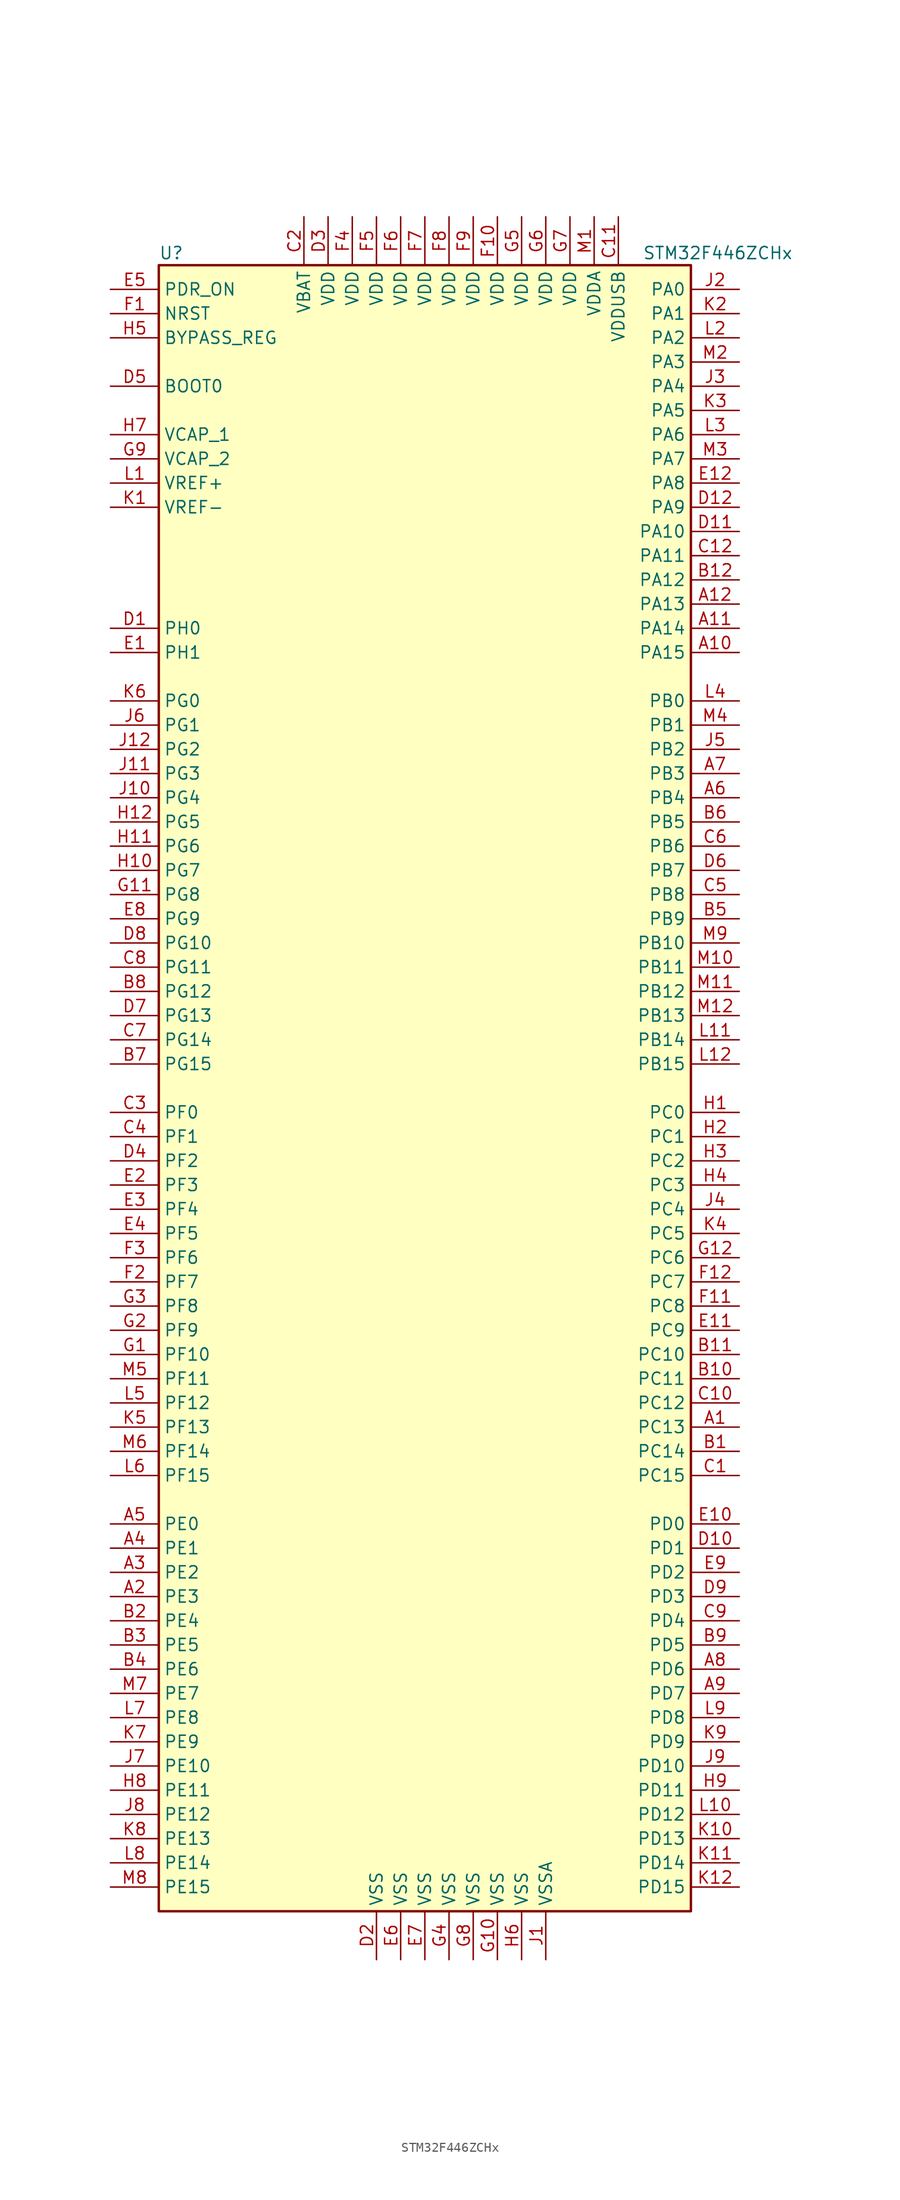
<source format=kicad_sym>
(kicad_symbol_lib
  (version 20220914)
  (generator kicad_symbol_editor)
  (symbol "STM32F446ZCHx"
    (property "Reference" "U"
      (at -27.94 87.63 0)
      (effects (font (size 1.27 1.27)) (justify left)))
    (property "Value" "STM32F446ZCHx"
      (at 22.86 87.63 0)
      (effects (font (size 1.27 1.27)) (justify left)))
    (symbol "STM32F446ZCHx_0_1"
      (rectangle (start -27.94 -86.36) (end 27.94 86.36) (stroke (width 0.254) (type default)) (fill (type background))))
    (symbol "STM32F446ZCHx_1_1"
      (pin bidirectional line (at 33.02 -35.56 180) (length 5.08) (name "PC13" (effects (font (size 1.27 1.27)))) (number "A1" (effects (font (size 1.27 1.27)))))
      (pin bidirectional line (at 33.02 45.72 180) (length 5.08) (name "PA15" (effects (font (size 1.27 1.27)))) (number "A10" (effects (font (size 1.27 1.27)))))
      (pin bidirectional line (at 33.02 48.26 180) (length 5.08) (name "PA14" (effects (font (size 1.27 1.27)))) (number "A11" (effects (font (size 1.27 1.27)))))
      (pin bidirectional line (at 33.02 50.8 180) (length 5.08) (name "PA13" (effects (font (size 1.27 1.27)))) (number "A12" (effects (font (size 1.27 1.27)))))
      (pin bidirectional line (at -33.02 -53.34 0) (length 5.08) (name "PE3" (effects (font (size 1.27 1.27)))) (number "A2" (effects (font (size 1.27 1.27)))))
      (pin bidirectional line (at -33.02 -50.8 0) (length 5.08) (name "PE2" (effects (font (size 1.27 1.27)))) (number "A3" (effects (font (size 1.27 1.27)))))
      (pin bidirectional line (at -33.02 -48.26 0) (length 5.08) (name "PE1" (effects (font (size 1.27 1.27)))) (number "A4" (effects (font (size 1.27 1.27)))))
      (pin bidirectional line (at -33.02 -45.72 0) (length 5.08) (name "PE0" (effects (font (size 1.27 1.27)))) (number "A5" (effects (font (size 1.27 1.27)))))
      (pin bidirectional line (at 33.02 30.48 180) (length 5.08) (name "PB4" (effects (font (size 1.27 1.27)))) (number "A6" (effects (font (size 1.27 1.27)))))
      (pin bidirectional line (at 33.02 33.02 180) (length 5.08) (name "PB3" (effects (font (size 1.27 1.27)))) (number "A7" (effects (font (size 1.27 1.27)))))
      (pin bidirectional line (at 33.02 -60.96 180) (length 5.08) (name "PD6" (effects (font (size 1.27 1.27)))) (number "A8" (effects (font (size 1.27 1.27)))))
      (pin bidirectional line (at 33.02 -63.5 180) (length 5.08) (name "PD7" (effects (font (size 1.27 1.27)))) (number "A9" (effects (font (size 1.27 1.27)))))
      (pin bidirectional line (at 33.02 -38.1 180) (length 5.08) (name "PC14" (effects (font (size 1.27 1.27)))) (number "B1" (effects (font (size 1.27 1.27)))))
      (pin bidirectional line (at 33.02 -30.48 180) (length 5.08) (name "PC11" (effects (font (size 1.27 1.27)))) (number "B10" (effects (font (size 1.27 1.27)))))
      (pin bidirectional line (at 33.02 -27.94 180) (length 5.08) (name "PC10" (effects (font (size 1.27 1.27)))) (number "B11" (effects (font (size 1.27 1.27)))))
      (pin bidirectional line (at 33.02 53.34 180) (length 5.08) (name "PA12" (effects (font (size 1.27 1.27)))) (number "B12" (effects (font (size 1.27 1.27)))))
      (pin bidirectional line (at -33.02 -55.88 0) (length 5.08) (name "PE4" (effects (font (size 1.27 1.27)))) (number "B2" (effects (font (size 1.27 1.27)))))
      (pin bidirectional line (at -33.02 -58.42 0) (length 5.08) (name "PE5" (effects (font (size 1.27 1.27)))) (number "B3" (effects (font (size 1.27 1.27)))))
      (pin bidirectional line (at -33.02 -60.96 0) (length 5.08) (name "PE6" (effects (font (size 1.27 1.27)))) (number "B4" (effects (font (size 1.27 1.27)))))
      (pin bidirectional line (at 33.02 17.78 180) (length 5.08) (name "PB9" (effects (font (size 1.27 1.27)))) (number "B5" (effects (font (size 1.27 1.27)))))
      (pin bidirectional line (at 33.02 27.94 180) (length 5.08) (name "PB5" (effects (font (size 1.27 1.27)))) (number "B6" (effects (font (size 1.27 1.27)))))
      (pin bidirectional line (at -33.02 2.54 0) (length 5.08) (name "PG15" (effects (font (size 1.27 1.27)))) (number "B7" (effects (font (size 1.27 1.27)))))
      (pin bidirectional line (at -33.02 10.16 0) (length 5.08) (name "PG12" (effects (font (size 1.27 1.27)))) (number "B8" (effects (font (size 1.27 1.27)))))
      (pin bidirectional line (at 33.02 -58.42 180) (length 5.08) (name "PD5" (effects (font (size 1.27 1.27)))) (number "B9" (effects (font (size 1.27 1.27)))))
      (pin bidirectional line (at 33.02 -40.64 180) (length 5.08) (name "PC15" (effects (font (size 1.27 1.27)))) (number "C1" (effects (font (size 1.27 1.27)))))
      (pin bidirectional line (at 33.02 -33.02 180) (length 5.08) (name "PC12" (effects (font (size 1.27 1.27)))) (number "C10" (effects (font (size 1.27 1.27)))))
      (pin power_in line (at 20.32 91.44 270) (length 5.08) (name "VDDUSB" (effects (font (size 1.27 1.27)))) (number "C11" (effects (font (size 1.27 1.27)))))
      (pin bidirectional line (at 33.02 55.88 180) (length 5.08) (name "PA11" (effects (font (size 1.27 1.27)))) (number "C12" (effects (font (size 1.27 1.27)))))
      (pin power_in line (at -12.7 91.44 270) (length 5.08) (name "VBAT" (effects (font (size 1.27 1.27)))) (number "C2" (effects (font (size 1.27 1.27)))))
      (pin bidirectional line (at -33.02 -2.54 0) (length 5.08) (name "PF0" (effects (font (size 1.27 1.27)))) (number "C3" (effects (font (size 1.27 1.27)))))
      (pin bidirectional line (at -33.02 -5.08 0) (length 5.08) (name "PF1" (effects (font (size 1.27 1.27)))) (number "C4" (effects (font (size 1.27 1.27)))))
      (pin bidirectional line (at 33.02 20.32 180) (length 5.08) (name "PB8" (effects (font (size 1.27 1.27)))) (number "C5" (effects (font (size 1.27 1.27)))))
      (pin bidirectional line (at 33.02 25.4 180) (length 5.08) (name "PB6" (effects (font (size 1.27 1.27)))) (number "C6" (effects (font (size 1.27 1.27)))))
      (pin bidirectional line (at -33.02 5.08 0) (length 5.08) (name "PG14" (effects (font (size 1.27 1.27)))) (number "C7" (effects (font (size 1.27 1.27)))))
      (pin bidirectional line (at -33.02 12.7 0) (length 5.08) (name "PG11" (effects (font (size 1.27 1.27)))) (number "C8" (effects (font (size 1.27 1.27)))))
      (pin bidirectional line (at 33.02 -55.88 180) (length 5.08) (name "PD4" (effects (font (size 1.27 1.27)))) (number "C9" (effects (font (size 1.27 1.27)))))
      (pin input line (at -33.02 48.26 0) (length 5.08) (name "PH0" (effects (font (size 1.27 1.27)))) (number "D1" (effects (font (size 1.27 1.27)))))
      (pin bidirectional line (at 33.02 -48.26 180) (length 5.08) (name "PD1" (effects (font (size 1.27 1.27)))) (number "D10" (effects (font (size 1.27 1.27)))))
      (pin bidirectional line (at 33.02 58.42 180) (length 5.08) (name "PA10" (effects (font (size 1.27 1.27)))) (number "D11" (effects (font (size 1.27 1.27)))))
      (pin bidirectional line (at 33.02 60.96 180) (length 5.08) (name "PA9" (effects (font (size 1.27 1.27)))) (number "D12" (effects (font (size 1.27 1.27)))))
      (pin power_in line (at -5.08 -91.44 90) (length 5.08) (name "VSS" (effects (font (size 1.27 1.27)))) (number "D2" (effects (font (size 1.27 1.27)))))
      (pin power_in line (at -10.16 91.44 270) (length 5.08) (name "VDD" (effects (font (size 1.27 1.27)))) (number "D3" (effects (font (size 1.27 1.27)))))
      (pin bidirectional line (at -33.02 -7.62 0) (length 5.08) (name "PF2" (effects (font (size 1.27 1.27)))) (number "D4" (effects (font (size 1.27 1.27)))))
      (pin input line (at -33.02 73.66 0) (length 5.08) (name "BOOT0" (effects (font (size 1.27 1.27)))) (number "D5" (effects (font (size 1.27 1.27)))))
      (pin bidirectional line (at 33.02 22.86 180) (length 5.08) (name "PB7" (effects (font (size 1.27 1.27)))) (number "D6" (effects (font (size 1.27 1.27)))))
      (pin bidirectional line (at -33.02 7.62 0) (length 5.08) (name "PG13" (effects (font (size 1.27 1.27)))) (number "D7" (effects (font (size 1.27 1.27)))))
      (pin bidirectional line (at -33.02 15.24 0) (length 5.08) (name "PG10" (effects (font (size 1.27 1.27)))) (number "D8" (effects (font (size 1.27 1.27)))))
      (pin bidirectional line (at 33.02 -53.34 180) (length 5.08) (name "PD3" (effects (font (size 1.27 1.27)))) (number "D9" (effects (font (size 1.27 1.27)))))
      (pin input line (at -33.02 45.72 0) (length 5.08) (name "PH1" (effects (font (size 1.27 1.27)))) (number "E1" (effects (font (size 1.27 1.27)))))
      (pin bidirectional line (at 33.02 -45.72 180) (length 5.08) (name "PD0" (effects (font (size 1.27 1.27)))) (number "E10" (effects (font (size 1.27 1.27)))))
      (pin bidirectional line (at 33.02 -25.4 180) (length 5.08) (name "PC9" (effects (font (size 1.27 1.27)))) (number "E11" (effects (font (size 1.27 1.27)))))
      (pin bidirectional line (at 33.02 63.5 180) (length 5.08) (name "PA8" (effects (font (size 1.27 1.27)))) (number "E12" (effects (font (size 1.27 1.27)))))
      (pin bidirectional line (at -33.02 -10.16 0) (length 5.08) (name "PF3" (effects (font (size 1.27 1.27)))) (number "E2" (effects (font (size 1.27 1.27)))))
      (pin bidirectional line (at -33.02 -12.7 0) (length 5.08) (name "PF4" (effects (font (size 1.27 1.27)))) (number "E3" (effects (font (size 1.27 1.27)))))
      (pin bidirectional line (at -33.02 -15.24 0) (length 5.08) (name "PF5" (effects (font (size 1.27 1.27)))) (number "E4" (effects (font (size 1.27 1.27)))))
      (pin input line (at -33.02 83.82 0) (length 5.08) (name "PDR_ON" (effects (font (size 1.27 1.27)))) (number "E5" (effects (font (size 1.27 1.27)))))
      (pin power_in line (at -2.54 -91.44 90) (length 5.08) (name "VSS" (effects (font (size 1.27 1.27)))) (number "E6" (effects (font (size 1.27 1.27)))))
      (pin power_in line (at 0 -91.44 90) (length 5.08) (name "VSS" (effects (font (size 1.27 1.27)))) (number "E7" (effects (font (size 1.27 1.27)))))
      (pin bidirectional line (at -33.02 17.78 0) (length 5.08) (name "PG9" (effects (font (size 1.27 1.27)))) (number "E8" (effects (font (size 1.27 1.27)))))
      (pin bidirectional line (at 33.02 -50.8 180) (length 5.08) (name "PD2" (effects (font (size 1.27 1.27)))) (number "E9" (effects (font (size 1.27 1.27)))))
      (pin input line (at -33.02 81.28 0) (length 5.08) (name "NRST" (effects (font (size 1.27 1.27)))) (number "F1" (effects (font (size 1.27 1.27)))))
      (pin power_in line (at 7.62 91.44 270) (length 5.08) (name "VDD" (effects (font (size 1.27 1.27)))) (number "F10" (effects (font (size 1.27 1.27)))))
      (pin bidirectional line (at 33.02 -22.86 180) (length 5.08) (name "PC8" (effects (font (size 1.27 1.27)))) (number "F11" (effects (font (size 1.27 1.27)))))
      (pin bidirectional line (at 33.02 -20.32 180) (length 5.08) (name "PC7" (effects (font (size 1.27 1.27)))) (number "F12" (effects (font (size 1.27 1.27)))))
      (pin bidirectional line (at -33.02 -20.32 0) (length 5.08) (name "PF7" (effects (font (size 1.27 1.27)))) (number "F2" (effects (font (size 1.27 1.27)))))
      (pin bidirectional line (at -33.02 -17.78 0) (length 5.08) (name "PF6" (effects (font (size 1.27 1.27)))) (number "F3" (effects (font (size 1.27 1.27)))))
      (pin power_in line (at -7.62 91.44 270) (length 5.08) (name "VDD" (effects (font (size 1.27 1.27)))) (number "F4" (effects (font (size 1.27 1.27)))))
      (pin power_in line (at -5.08 91.44 270) (length 5.08) (name "VDD" (effects (font (size 1.27 1.27)))) (number "F5" (effects (font (size 1.27 1.27)))))
      (pin power_in line (at -2.54 91.44 270) (length 5.08) (name "VDD" (effects (font (size 1.27 1.27)))) (number "F6" (effects (font (size 1.27 1.27)))))
      (pin power_in line (at 0 91.44 270) (length 5.08) (name "VDD" (effects (font (size 1.27 1.27)))) (number "F7" (effects (font (size 1.27 1.27)))))
      (pin power_in line (at 2.54 91.44 270) (length 5.08) (name "VDD" (effects (font (size 1.27 1.27)))) (number "F8" (effects (font (size 1.27 1.27)))))
      (pin power_in line (at 5.08 91.44 270) (length 5.08) (name "VDD" (effects (font (size 1.27 1.27)))) (number "F9" (effects (font (size 1.27 1.27)))))
      (pin bidirectional line (at -33.02 -27.94 0) (length 5.08) (name "PF10" (effects (font (size 1.27 1.27)))) (number "G1" (effects (font (size 1.27 1.27)))))
      (pin power_in line (at 7.62 -91.44 90) (length 5.08) (name "VSS" (effects (font (size 1.27 1.27)))) (number "G10" (effects (font (size 1.27 1.27)))))
      (pin bidirectional line (at -33.02 20.32 0) (length 5.08) (name "PG8" (effects (font (size 1.27 1.27)))) (number "G11" (effects (font (size 1.27 1.27)))))
      (pin bidirectional line (at 33.02 -17.78 180) (length 5.08) (name "PC6" (effects (font (size 1.27 1.27)))) (number "G12" (effects (font (size 1.27 1.27)))))
      (pin bidirectional line (at -33.02 -25.4 0) (length 5.08) (name "PF9" (effects (font (size 1.27 1.27)))) (number "G2" (effects (font (size 1.27 1.27)))))
      (pin bidirectional line (at -33.02 -22.86 0) (length 5.08) (name "PF8" (effects (font (size 1.27 1.27)))) (number "G3" (effects (font (size 1.27 1.27)))))
      (pin power_in line (at 2.54 -91.44 90) (length 5.08) (name "VSS" (effects (font (size 1.27 1.27)))) (number "G4" (effects (font (size 1.27 1.27)))))
      (pin power_in line (at 10.16 91.44 270) (length 5.08) (name "VDD" (effects (font (size 1.27 1.27)))) (number "G5" (effects (font (size 1.27 1.27)))))
      (pin power_in line (at 12.7 91.44 270) (length 5.08) (name "VDD" (effects (font (size 1.27 1.27)))) (number "G6" (effects (font (size 1.27 1.27)))))
      (pin power_in line (at 15.24 91.44 270) (length 5.08) (name "VDD" (effects (font (size 1.27 1.27)))) (number "G7" (effects (font (size 1.27 1.27)))))
      (pin power_in line (at 5.08 -91.44 90) (length 5.08) (name "VSS" (effects (font (size 1.27 1.27)))) (number "G8" (effects (font (size 1.27 1.27)))))
      (pin power_in line (at -33.02 66.04 0) (length 5.08) (name "VCAP_2" (effects (font (size 1.27 1.27)))) (number "G9" (effects (font (size 1.27 1.27)))))
      (pin bidirectional line (at 33.02 -2.54 180) (length 5.08) (name "PC0" (effects (font (size 1.27 1.27)))) (number "H1" (effects (font (size 1.27 1.27)))))
      (pin bidirectional line (at -33.02 22.86 0) (length 5.08) (name "PG7" (effects (font (size 1.27 1.27)))) (number "H10" (effects (font (size 1.27 1.27)))))
      (pin bidirectional line (at -33.02 25.4 0) (length 5.08) (name "PG6" (effects (font (size 1.27 1.27)))) (number "H11" (effects (font (size 1.27 1.27)))))
      (pin bidirectional line (at -33.02 27.94 0) (length 5.08) (name "PG5" (effects (font (size 1.27 1.27)))) (number "H12" (effects (font (size 1.27 1.27)))))
      (pin bidirectional line (at 33.02 -5.08 180) (length 5.08) (name "PC1" (effects (font (size 1.27 1.27)))) (number "H2" (effects (font (size 1.27 1.27)))))
      (pin bidirectional line (at 33.02 -7.62 180) (length 5.08) (name "PC2" (effects (font (size 1.27 1.27)))) (number "H3" (effects (font (size 1.27 1.27)))))
      (pin bidirectional line (at 33.02 -10.16 180) (length 5.08) (name "PC3" (effects (font (size 1.27 1.27)))) (number "H4" (effects (font (size 1.27 1.27)))))
      (pin input line (at -33.02 78.74 0) (length 5.08) (name "BYPASS_REG" (effects (font (size 1.27 1.27)))) (number "H5" (effects (font (size 1.27 1.27)))))
      (pin power_in line (at 10.16 -91.44 90) (length 5.08) (name "VSS" (effects (font (size 1.27 1.27)))) (number "H6" (effects (font (size 1.27 1.27)))))
      (pin power_in line (at -33.02 68.58 0) (length 5.08) (name "VCAP_1" (effects (font (size 1.27 1.27)))) (number "H7" (effects (font (size 1.27 1.27)))))
      (pin bidirectional line (at -33.02 -73.66 0) (length 5.08) (name "PE11" (effects (font (size 1.27 1.27)))) (number "H8" (effects (font (size 1.27 1.27)))))
      (pin bidirectional line (at 33.02 -73.66 180) (length 5.08) (name "PD11" (effects (font (size 1.27 1.27)))) (number "H9" (effects (font (size 1.27 1.27)))))
      (pin power_in line (at 12.7 -91.44 90) (length 5.08) (name "VSSA" (effects (font (size 1.27 1.27)))) (number "J1" (effects (font (size 1.27 1.27)))))
      (pin bidirectional line (at -33.02 30.48 0) (length 5.08) (name "PG4" (effects (font (size 1.27 1.27)))) (number "J10" (effects (font (size 1.27 1.27)))))
      (pin bidirectional line (at -33.02 33.02 0) (length 5.08) (name "PG3" (effects (font (size 1.27 1.27)))) (number "J11" (effects (font (size 1.27 1.27)))))
      (pin bidirectional line (at -33.02 35.56 0) (length 5.08) (name "PG2" (effects (font (size 1.27 1.27)))) (number "J12" (effects (font (size 1.27 1.27)))))
      (pin bidirectional line (at 33.02 83.82 180) (length 5.08) (name "PA0" (effects (font (size 1.27 1.27)))) (number "J2" (effects (font (size 1.27 1.27)))))
      (pin bidirectional line (at 33.02 73.66 180) (length 5.08) (name "PA4" (effects (font (size 1.27 1.27)))) (number "J3" (effects (font (size 1.27 1.27)))))
      (pin bidirectional line (at 33.02 -12.7 180) (length 5.08) (name "PC4" (effects (font (size 1.27 1.27)))) (number "J4" (effects (font (size 1.27 1.27)))))
      (pin bidirectional line (at 33.02 35.56 180) (length 5.08) (name "PB2" (effects (font (size 1.27 1.27)))) (number "J5" (effects (font (size 1.27 1.27)))))
      (pin bidirectional line (at -33.02 38.1 0) (length 5.08) (name "PG1" (effects (font (size 1.27 1.27)))) (number "J6" (effects (font (size 1.27 1.27)))))
      (pin bidirectional line (at -33.02 -71.12 0) (length 5.08) (name "PE10" (effects (font (size 1.27 1.27)))) (number "J7" (effects (font (size 1.27 1.27)))))
      (pin bidirectional line (at -33.02 -76.2 0) (length 5.08) (name "PE12" (effects (font (size 1.27 1.27)))) (number "J8" (effects (font (size 1.27 1.27)))))
      (pin bidirectional line (at 33.02 -71.12 180) (length 5.08) (name "PD10" (effects (font (size 1.27 1.27)))) (number "J9" (effects (font (size 1.27 1.27)))))
      (pin power_in line (at -33.02 60.96 0) (length 5.08) (name "VREF-" (effects (font (size 1.27 1.27)))) (number "K1" (effects (font (size 1.27 1.27)))))
      (pin bidirectional line (at 33.02 -78.74 180) (length 5.08) (name "PD13" (effects (font (size 1.27 1.27)))) (number "K10" (effects (font (size 1.27 1.27)))))
      (pin bidirectional line (at 33.02 -81.28 180) (length 5.08) (name "PD14" (effects (font (size 1.27 1.27)))) (number "K11" (effects (font (size 1.27 1.27)))))
      (pin bidirectional line (at 33.02 -83.82 180) (length 5.08) (name "PD15" (effects (font (size 1.27 1.27)))) (number "K12" (effects (font (size 1.27 1.27)))))
      (pin bidirectional line (at 33.02 81.28 180) (length 5.08) (name "PA1" (effects (font (size 1.27 1.27)))) (number "K2" (effects (font (size 1.27 1.27)))))
      (pin bidirectional line (at 33.02 71.12 180) (length 5.08) (name "PA5" (effects (font (size 1.27 1.27)))) (number "K3" (effects (font (size 1.27 1.27)))))
      (pin bidirectional line (at 33.02 -15.24 180) (length 5.08) (name "PC5" (effects (font (size 1.27 1.27)))) (number "K4" (effects (font (size 1.27 1.27)))))
      (pin bidirectional line (at -33.02 -35.56 0) (length 5.08) (name "PF13" (effects (font (size 1.27 1.27)))) (number "K5" (effects (font (size 1.27 1.27)))))
      (pin bidirectional line (at -33.02 40.64 0) (length 5.08) (name "PG0" (effects (font (size 1.27 1.27)))) (number "K6" (effects (font (size 1.27 1.27)))))
      (pin bidirectional line (at -33.02 -68.58 0) (length 5.08) (name "PE9" (effects (font (size 1.27 1.27)))) (number "K7" (effects (font (size 1.27 1.27)))))
      (pin bidirectional line (at -33.02 -78.74 0) (length 5.08) (name "PE13" (effects (font (size 1.27 1.27)))) (number "K8" (effects (font (size 1.27 1.27)))))
      (pin bidirectional line (at 33.02 -68.58 180) (length 5.08) (name "PD9" (effects (font (size 1.27 1.27)))) (number "K9" (effects (font (size 1.27 1.27)))))
      (pin power_in line (at -33.02 63.5 0) (length 5.08) (name "VREF+" (effects (font (size 1.27 1.27)))) (number "L1" (effects (font (size 1.27 1.27)))))
      (pin bidirectional line (at 33.02 -76.2 180) (length 5.08) (name "PD12" (effects (font (size 1.27 1.27)))) (number "L10" (effects (font (size 1.27 1.27)))))
      (pin bidirectional line (at 33.02 5.08 180) (length 5.08) (name "PB14" (effects (font (size 1.27 1.27)))) (number "L11" (effects (font (size 1.27 1.27)))))
      (pin bidirectional line (at 33.02 2.54 180) (length 5.08) (name "PB15" (effects (font (size 1.27 1.27)))) (number "L12" (effects (font (size 1.27 1.27)))))
      (pin bidirectional line (at 33.02 78.74 180) (length 5.08) (name "PA2" (effects (font (size 1.27 1.27)))) (number "L2" (effects (font (size 1.27 1.27)))))
      (pin bidirectional line (at 33.02 68.58 180) (length 5.08) (name "PA6" (effects (font (size 1.27 1.27)))) (number "L3" (effects (font (size 1.27 1.27)))))
      (pin bidirectional line (at 33.02 40.64 180) (length 5.08) (name "PB0" (effects (font (size 1.27 1.27)))) (number "L4" (effects (font (size 1.27 1.27)))))
      (pin bidirectional line (at -33.02 -33.02 0) (length 5.08) (name "PF12" (effects (font (size 1.27 1.27)))) (number "L5" (effects (font (size 1.27 1.27)))))
      (pin bidirectional line (at -33.02 -40.64 0) (length 5.08) (name "PF15" (effects (font (size 1.27 1.27)))) (number "L6" (effects (font (size 1.27 1.27)))))
      (pin bidirectional line (at -33.02 -66.04 0) (length 5.08) (name "PE8" (effects (font (size 1.27 1.27)))) (number "L7" (effects (font (size 1.27 1.27)))))
      (pin bidirectional line (at -33.02 -81.28 0) (length 5.08) (name "PE14" (effects (font (size 1.27 1.27)))) (number "L8" (effects (font (size 1.27 1.27)))))
      (pin bidirectional line (at 33.02 -66.04 180) (length 5.08) (name "PD8" (effects (font (size 1.27 1.27)))) (number "L9" (effects (font (size 1.27 1.27)))))
      (pin power_in line (at 17.78 91.44 270) (length 5.08) (name "VDDA" (effects (font (size 1.27 1.27)))) (number "M1" (effects (font (size 1.27 1.27)))))
      (pin bidirectional line (at 33.02 12.7 180) (length 5.08) (name "PB11" (effects (font (size 1.27 1.27)))) (number "M10" (effects (font (size 1.27 1.27)))))
      (pin bidirectional line (at 33.02 10.16 180) (length 5.08) (name "PB12" (effects (font (size 1.27 1.27)))) (number "M11" (effects (font (size 1.27 1.27)))))
      (pin bidirectional line (at 33.02 7.62 180) (length 5.08) (name "PB13" (effects (font (size 1.27 1.27)))) (number "M12" (effects (font (size 1.27 1.27)))))
      (pin bidirectional line (at 33.02 76.2 180) (length 5.08) (name "PA3" (effects (font (size 1.27 1.27)))) (number "M2" (effects (font (size 1.27 1.27)))))
      (pin bidirectional line (at 33.02 66.04 180) (length 5.08) (name "PA7" (effects (font (size 1.27 1.27)))) (number "M3" (effects (font (size 1.27 1.27)))))
      (pin bidirectional line (at 33.02 38.1 180) (length 5.08) (name "PB1" (effects (font (size 1.27 1.27)))) (number "M4" (effects (font (size 1.27 1.27)))))
      (pin bidirectional line (at -33.02 -30.48 0) (length 5.08) (name "PF11" (effects (font (size 1.27 1.27)))) (number "M5" (effects (font (size 1.27 1.27)))))
      (pin bidirectional line (at -33.02 -38.1 0) (length 5.08) (name "PF14" (effects (font (size 1.27 1.27)))) (number "M6" (effects (font (size 1.27 1.27)))))
      (pin bidirectional line (at -33.02 -63.5 0) (length 5.08) (name "PE7" (effects (font (size 1.27 1.27)))) (number "M7" (effects (font (size 1.27 1.27)))))
      (pin bidirectional line (at -33.02 -83.82 0) (length 5.08) (name "PE15" (effects (font (size 1.27 1.27)))) (number "M8" (effects (font (size 1.27 1.27)))))
      (pin bidirectional line (at 33.02 15.24 180) (length 5.08) (name "PB10" (effects (font (size 1.27 1.27)))) (number "M9" (effects (font (size 1.27 1.27))))))))
</source>
